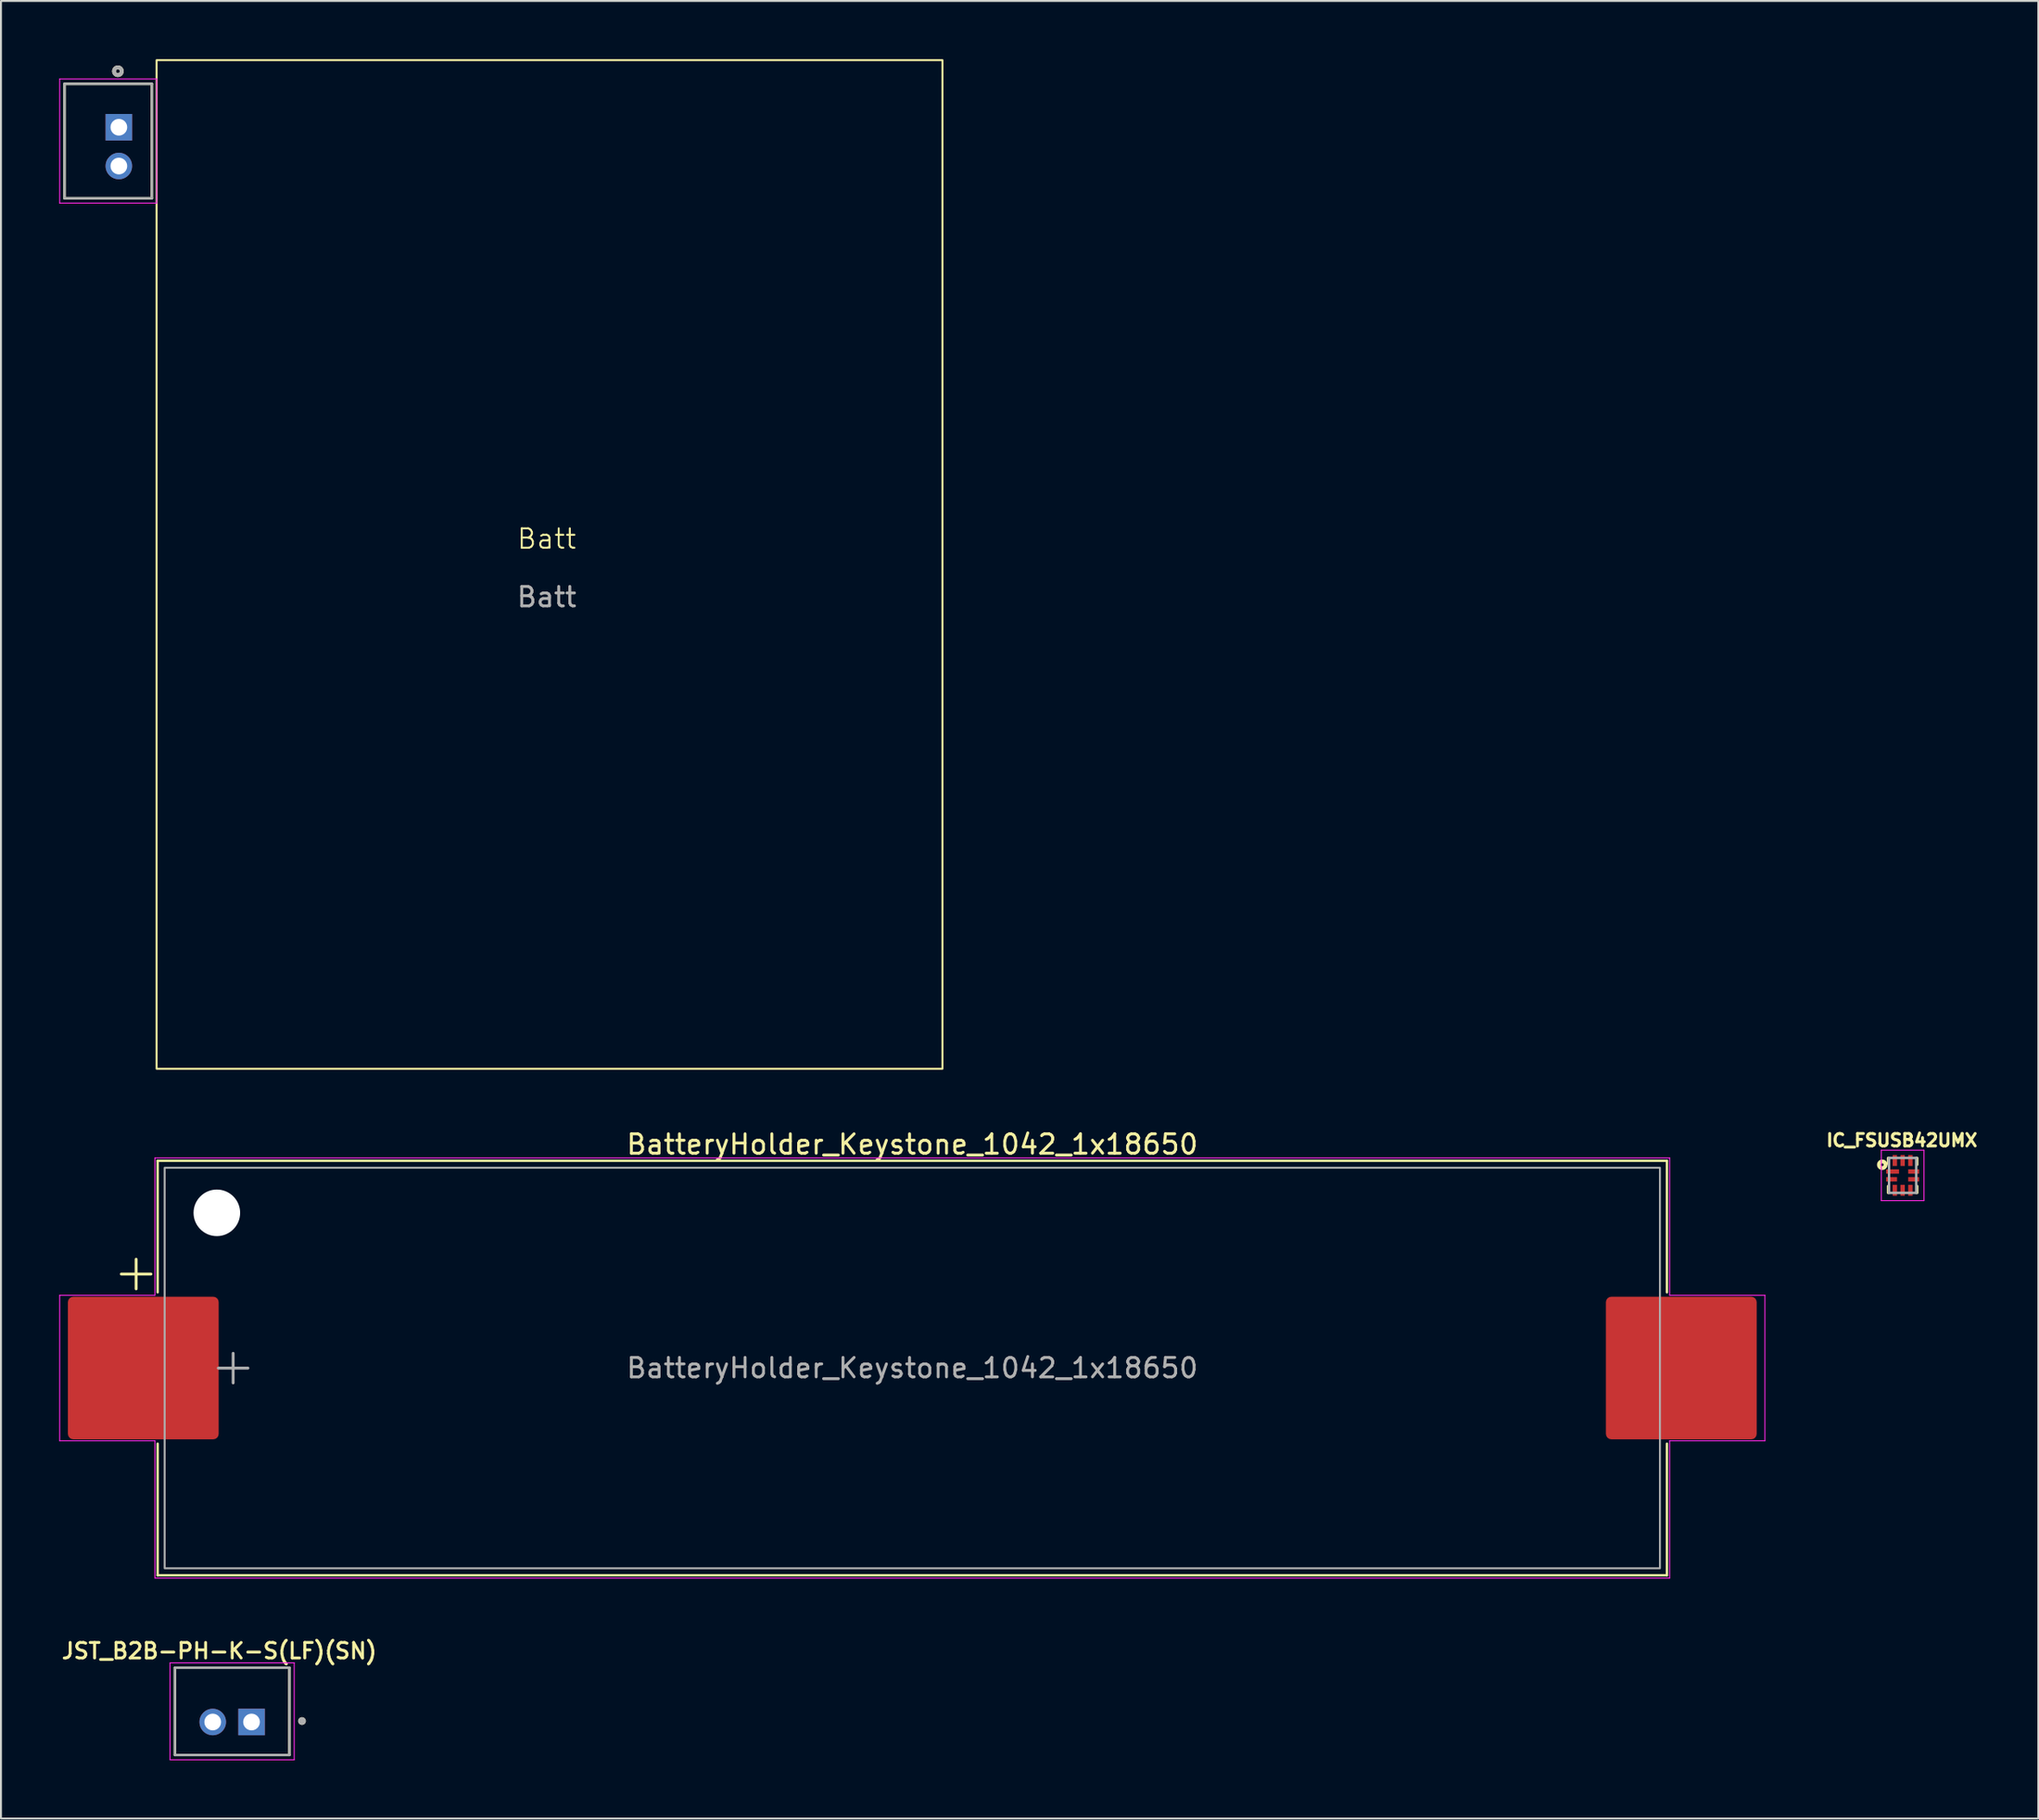
<source format=kicad_pcb>
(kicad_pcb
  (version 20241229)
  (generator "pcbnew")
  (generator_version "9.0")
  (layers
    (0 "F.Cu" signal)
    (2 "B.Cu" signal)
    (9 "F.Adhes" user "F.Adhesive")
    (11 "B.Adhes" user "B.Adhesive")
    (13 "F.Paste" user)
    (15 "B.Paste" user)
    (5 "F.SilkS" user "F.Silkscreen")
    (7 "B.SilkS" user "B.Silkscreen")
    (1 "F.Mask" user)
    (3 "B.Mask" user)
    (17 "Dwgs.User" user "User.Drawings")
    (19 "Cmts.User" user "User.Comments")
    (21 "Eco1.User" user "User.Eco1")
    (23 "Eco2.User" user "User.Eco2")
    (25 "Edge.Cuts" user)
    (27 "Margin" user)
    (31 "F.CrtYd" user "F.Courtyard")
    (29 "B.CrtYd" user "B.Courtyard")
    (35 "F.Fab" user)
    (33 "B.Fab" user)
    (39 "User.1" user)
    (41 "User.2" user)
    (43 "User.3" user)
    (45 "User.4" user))
  (footprint "JST_B2B-PH-K-S(LF)(SN)"
    (layer "F.Cu")
    (at 8.913 85.178)
    (property "Reference" "JST_B2B-PH-K-S(LF)(SN)" (at -0.661 -3.113 0) (layer "F.SilkS") (effects (font (size 0.801 0.801) (thickness 0.15))))
    (attr through_hole)
    (fp_line (start -2.95 -2.25) (end 2.95 -2.25) (stroke (width 0.127) (type solid)) (layer "F.SilkS"))
    (fp_line (start -2.95 2.25) (end -2.95 -2.25) (stroke (width 0.127) (type solid)) (layer "F.SilkS"))
    (fp_line (start 2.95 -2.25) (end 2.95 2.25) (stroke (width 0.127) (type solid)) (layer "F.SilkS"))
    (fp_line (start 2.95 2.25) (end -2.95 2.25) (stroke (width 0.127) (type solid)) (layer "F.SilkS"))
    (fp_circle (center 3.6 0.5) (end 3.7 0.5) (stroke (width 0.2) (type solid)) (fill no) (layer "F.SilkS"))
    (fp_line (start -3.2 -2.5) (end 3.2 -2.5) (stroke (width 0.05) (type solid)) (layer "F.CrtYd"))
    (fp_line (start -3.2 2.5) (end -3.2 -2.5) (stroke (width 0.05) (type solid)) (layer "F.CrtYd"))
    (fp_line (start 3.2 -2.5) (end 3.2 2.5) (stroke (width 0.05) (type solid)) (layer "F.CrtYd"))
    (fp_line (start 3.2 2.5) (end -3.2 2.5) (stroke (width 0.05) (type solid)) (layer "F.CrtYd"))
    (fp_line (start -2.95 -2.25) (end 2.95 -2.25) (stroke (width 0.127) (type solid)) (layer "F.Fab"))
    (fp_line (start -2.95 2.25) (end -2.95 -2.25) (stroke (width 0.127) (type solid)) (layer "F.Fab"))
    (fp_line (start 2.95 -2.25) (end 2.95 2.25) (stroke (width 0.127) (type solid)) (layer "F.Fab"))
    (fp_line (start 2.95 2.25) (end -2.95 2.25) (stroke (width 0.127) (type solid)) (layer "F.Fab"))
    (fp_circle (center 3.6 0.5) (end 3.7 0.5) (stroke (width 0.2) (type solid)) (fill no) (layer "F.Fab"))
    (pad "1" thru_hole rect (at 1 0.55) (size 1.368 1.368) (drill 0.86) (layers "*.Cu" "*.Mask"))
    (pad "2" thru_hole circle (at -1 0.55) (size 1.368 1.368) (drill 0.86) (layers "*.Cu" "*.Mask")))
  (footprint "IC_FSUSB42UMX"
    (layer "F.Cu")
    (at 95.002 57.548)
    (property "Reference" "IC_FSUSB42UMX" (at -0.041 -1.81 0) (layer "F.SilkS") (effects (font (size 0.64 0.64) (thickness 0.15))))
    (attr smd)
    (fp_line (start -0.75 -0.9) (end -0.75 -0.6) (stroke (width 0.127) (type solid)) (layer "F.SilkS"))
    (fp_line (start -0.75 0.55) (end -0.75 0.9) (stroke (width 0.127) (type solid)) (layer "F.SilkS"))
    (fp_line (start 0.75 -0.9) (end 0.75 -0.55) (stroke (width 0.127) (type solid)) (layer "F.SilkS"))
    (fp_line (start 0.75 0.55) (end 0.75 0.9) (stroke (width 0.127) (type solid)) (layer "F.SilkS"))
    (fp_circle (center -1.05 -0.55) (end -0.979 -0.55) (stroke (width 0.2) (type solid)) (fill no) (layer "F.SilkS"))
    (fp_line (start -1.1 -1.3) (end 1.1 -1.3) (stroke (width 0.05) (type solid)) (layer "F.CrtYd"))
    (fp_line (start -1.1 1.3) (end -1.1 -1.3) (stroke (width 0.05) (type solid)) (layer "F.CrtYd"))
    (fp_line (start 1.1 -1.3) (end 1.1 1.3) (stroke (width 0.05) (type solid)) (layer "F.CrtYd"))
    (fp_line (start 1.1 1.3) (end -1.1 1.3) (stroke (width 0.05) (type solid)) (layer "F.CrtYd"))
    (fp_line (start -0.7 -0.9) (end 0.7 -0.9) (stroke (width 0.127) (type solid)) (layer "F.Fab"))
    (fp_line (start -0.7 0.9) (end -0.7 -0.9) (stroke (width 0.127) (type solid)) (layer "F.Fab"))
    (fp_line (start 0.7 -0.9) (end 0.7 0.9) (stroke (width 0.127) (type solid)) (layer "F.Fab"))
    (fp_line (start 0.7 0.9) (end -0.7 0.9) (stroke (width 0.127) (type solid)) (layer "F.Fab"))
    (pad "1" smd rect (at -0.518 -0.2) (size 0.663 0.225) (layers "F.Cu" "F.Mask" "F.Paste"))
    (pad "2" smd rect (at -0.569 0.2) (size 0.563 0.225) (layers "F.Cu" "F.Mask" "F.Paste"))
    (pad "3" smd rect (at -0.4 0.768) (size 0.225 0.563) (layers "F.Cu" "F.Mask" "F.Paste"))
    (pad "4" smd rect (at 0 0.768) (size 0.225 0.563) (layers "F.Cu" "F.Mask" "F.Paste"))
    (pad "5" smd rect (at 0.4 0.768) (size 0.225 0.563) (layers "F.Cu" "F.Mask" "F.Paste"))
    (pad "6" smd rect (at 0.569 0.2) (size 0.563 0.225) (layers "F.Cu" "F.Mask" "F.Paste"))
    (pad "7" smd rect (at 0.569 -0.2) (size 0.563 0.225) (layers "F.Cu" "F.Mask" "F.Paste"))
    (pad "8" smd rect (at 0.4 -0.768) (size 0.225 0.563) (layers "F.Cu" "F.Mask" "F.Paste"))
    (pad "9" smd rect (at 0 -0.768) (size 0.225 0.563) (layers "F.Cu" "F.Mask" "F.Paste"))
    (pad "10" smd rect (at -0.4 -0.768) (size 0.225 0.563) (layers "F.Cu" "F.Mask" "F.Paste")))
  (footprint "Batt"
    (layer "F.Cu")
    (at 25.125 25.23)
    (property "Reference" "Batt" (at 0 -0.5 0) (unlocked yes) (layer "F.SilkS") (effects (font (size 1 1) (thickness 0.1))))
    (attr smd)
    (fp_line (start -24.85 -23.957) (end -20.35 -23.957) (stroke (width 0.127) (type solid)) (layer "F.SilkS"))
    (fp_line (start -24.85 -18.058) (end -24.85 -23.957) (stroke (width 0.127) (type solid)) (layer "F.SilkS"))
    (fp_line (start -20.35 -23.957) (end -20.35 -18.058) (stroke (width 0.127) (type solid)) (layer "F.SilkS"))
    (fp_line (start -20.35 -18.058) (end -24.85 -18.058) (stroke (width 0.127) (type solid)) (layer "F.SilkS"))
    (fp_rect (start -20.105 -25.18) (end 20.395 26.82) (stroke (width 0.1) (type solid)) (fill no) (layer "F.SilkS"))
    (fp_circle (center -22.1 -24.608) (end -22.1 -24.707) (stroke (width 0.2) (type solid)) (fill no) (layer "F.SilkS"))
    (fp_line (start -25.1 -24.207) (end -20.1 -24.207) (stroke (width 0.05) (type solid)) (layer "F.CrtYd"))
    (fp_line (start -25.1 -17.808) (end -25.1 -24.207) (stroke (width 0.05) (type solid)) (layer "F.CrtYd"))
    (fp_line (start -20.1 -24.207) (end -20.1 -17.808) (stroke (width 0.05) (type solid)) (layer "F.CrtYd"))
    (fp_line (start -20.1 -17.808) (end -25.1 -17.808) (stroke (width 0.05) (type solid)) (layer "F.CrtYd"))
    (fp_line (start -24.85 -23.957) (end -20.35 -23.957) (stroke (width 0.127) (type solid)) (layer "F.Fab"))
    (fp_line (start -24.85 -18.058) (end -24.85 -23.957) (stroke (width 0.127) (type solid)) (layer "F.Fab"))
    (fp_line (start -20.35 -23.957) (end -20.35 -18.058) (stroke (width 0.127) (type solid)) (layer "F.Fab"))
    (fp_line (start -20.35 -18.058) (end -24.85 -18.058) (stroke (width 0.127) (type solid)) (layer "F.Fab"))
    (fp_circle (center -22.1 -24.608) (end -22.1 -24.707) (stroke (width 0.2) (type solid)) (fill no) (layer "F.Fab"))
    (fp_text user "${REFERENCE}" (at 0 2.5 0) (unlocked yes) (layer "F.Fab") (effects (font (size 1 1) (thickness 0.15))))
    (pad "1" thru_hole rect (at -22.05 -21.72 90) (size 1.368 1.368) (drill 0.86) (layers "*.Cu" "*.Mask"))
    (pad "2" thru_hole circle (at -22.05 -19.72 90) (size 1.368 1.368) (drill 0.86) (layers "*.Cu" "*.Mask")))
  (footprint "BatteryHolder_Keystone_1042_1x18650"
    (layer "F.Cu")
    (at 43.965 67.478)
    (property "Reference" "BatteryHolder_Keystone_1042_1x18650" (at 0 -11.53 0) (layer "F.SilkS") (effects (font (size 1 1) (thickness 0.15))))
    (attr smd)
    (fp_line (start -38.89 -10.685) (end 38.89 -10.685) (stroke (width 0.12) (type solid)) (layer "F.SilkS"))
    (fp_line (start -38.89 -3.9) (end -38.89 -10.685) (stroke (width 0.12) (type solid)) (layer "F.SilkS"))
    (fp_line (start -38.89 10.685) (end -38.89 3.9) (stroke (width 0.12) (type solid)) (layer "F.SilkS"))
    (fp_line (start 38.89 -10.685) (end 38.89 -3.9) (stroke (width 0.12) (type solid)) (layer "F.SilkS"))
    (fp_line (start 38.89 3.9) (end 38.89 10.685) (stroke (width 0.12) (type solid)) (layer "F.SilkS"))
    (fp_line (start 38.89 10.685) (end -38.89 10.685) (stroke (width 0.12) (type solid)) (layer "F.SilkS"))
    (fp_line (start -43.94 -3.75) (end -39.03 -3.75) (stroke (width 0.05) (type solid)) (layer "F.CrtYd"))
    (fp_line (start -43.94 3.75) (end -43.94 -3.75) (stroke (width 0.05) (type solid)) (layer "F.CrtYd"))
    (fp_line (start -39.03 -10.83) (end 39.03 -10.83) (stroke (width 0.05) (type solid)) (layer "F.CrtYd"))
    (fp_line (start -39.03 -3.75) (end -39.03 -10.83) (stroke (width 0.05) (type solid)) (layer "F.CrtYd"))
    (fp_line (start -39.03 3.75) (end -43.94 3.75) (stroke (width 0.05) (type solid)) (layer "F.CrtYd"))
    (fp_line (start -39.03 10.83) (end -39.03 3.75) (stroke (width 0.05) (type solid)) (layer "F.CrtYd"))
    (fp_line (start 39.03 -10.83) (end 39.03 -3.75) (stroke (width 0.05) (type solid)) (layer "F.CrtYd"))
    (fp_line (start 39.03 -3.75) (end 43.94 -3.75) (stroke (width 0.05) (type solid)) (layer "F.CrtYd"))
    (fp_line (start 39.03 3.75) (end 39.03 10.83) (stroke (width 0.05) (type solid)) (layer "F.CrtYd"))
    (fp_line (start 39.03 10.83) (end -39.03 10.83) (stroke (width 0.05) (type solid)) (layer "F.CrtYd"))
    (fp_line (start 43.94 -3.75) (end 43.94 3.75) (stroke (width 0.05) (type solid)) (layer "F.CrtYd"))
    (fp_line (start 43.94 3.75) (end 39.03 3.75) (stroke (width 0.05) (type solid)) (layer "F.CrtYd"))
    (fp_rect (start -38.53 -10.325) (end 38.53 10.325) (stroke (width 0.1) (type solid)) (fill no) (layer "F.Fab"))
    (fp_text user "+" (at -40 -5 0) (layer "F.SilkS") (effects (font (size 2 2) (thickness 0.15))))
    (fp_text user "${REFERENCE}" (at 0 0 0) (layer "F.Fab") (effects (font (size 1 1) (thickness 0.15))))
    (fp_text user "+" (at -35 -0.15 0) (layer "F.Fab") (effects (font (size 2 2) (thickness 0.15))))
    (pad "" np_thru_hole circle (at -35.84 -8) (size 2.4 2.4) (drill 2.4) (layers "*.Cu" "*.Mask"))
    (pad "1" smd roundrect (at -39.63 0) (size 7.77 7.35) (layers "F.Cu" "F.Mask" "F.Paste") (roundrect_rratio 0.038))
    (pad "2" smd roundrect (at 39.63 0) (size 7.77 7.35) (layers "F.Cu" "F.Mask" "F.Paste") (roundrect_rratio 0.038)))
  (gr_rect
    (start -3 -3)
    (end 101.993 90.703)
    (stroke (width 0.1) (type default))
    (fill no)
    (layer "Edge.Cuts")))
</source>
